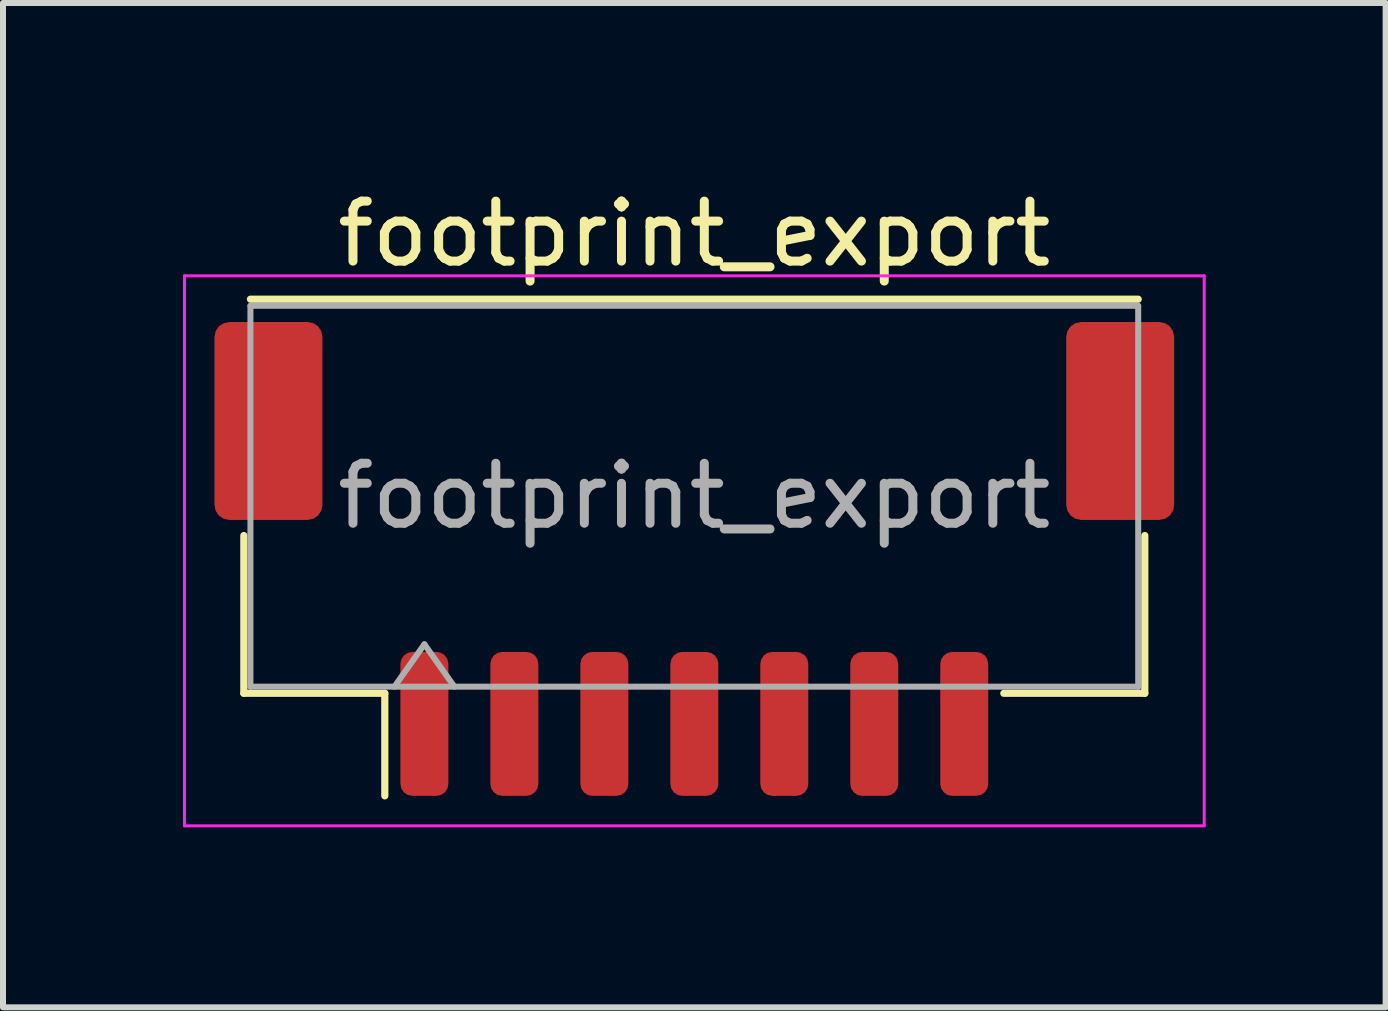
<source format=kicad_pcb>
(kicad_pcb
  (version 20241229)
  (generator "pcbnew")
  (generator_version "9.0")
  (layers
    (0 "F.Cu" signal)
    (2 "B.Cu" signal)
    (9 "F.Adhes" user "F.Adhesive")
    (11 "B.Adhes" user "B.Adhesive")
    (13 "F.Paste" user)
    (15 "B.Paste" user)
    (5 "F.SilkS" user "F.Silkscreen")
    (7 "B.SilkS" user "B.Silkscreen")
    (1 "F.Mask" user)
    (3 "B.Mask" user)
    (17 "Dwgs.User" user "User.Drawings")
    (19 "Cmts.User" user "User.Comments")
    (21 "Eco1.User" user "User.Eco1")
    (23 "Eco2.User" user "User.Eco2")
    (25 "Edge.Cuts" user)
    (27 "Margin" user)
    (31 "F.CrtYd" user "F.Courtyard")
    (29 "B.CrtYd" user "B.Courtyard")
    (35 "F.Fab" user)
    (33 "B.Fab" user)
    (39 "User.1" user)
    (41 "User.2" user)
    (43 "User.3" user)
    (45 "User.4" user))
  (footprint "footprint_export"
    (layer "F.Cu")
    (at 8.525 6.268)
    (property "Reference" "footprint_export" (at 0 -5.42 0) (layer "F.SilkS") (effects (font (size 1 1) (thickness 0.15))))
    (attr smd)
    (fp_line (start -7.51 -0.39) (end -7.51 2.24) (stroke (width 0.12) (type solid)) (layer "F.SilkS"))
    (fp_line (start -7.51 2.24) (end -5.16 2.24) (stroke (width 0.12) (type solid)) (layer "F.SilkS"))
    (fp_line (start -7.4 -4.33) (end 7.4 -4.33) (stroke (width 0.12) (type solid)) (layer "F.SilkS"))
    (fp_line (start -5.16 2.24) (end -5.16 3.95) (stroke (width 0.12) (type solid)) (layer "F.SilkS"))
    (fp_line (start 7.51 -0.39) (end 7.51 2.24) (stroke (width 0.12) (type solid)) (layer "F.SilkS"))
    (fp_line (start 7.51 2.24) (end 5.16 2.24) (stroke (width 0.12) (type solid)) (layer "F.SilkS"))
    (fp_line (start -8.5 -4.72) (end -8.5 4.45) (stroke (width 0.05) (type solid)) (layer "F.CrtYd"))
    (fp_line (start -8.5 4.45) (end 8.5 4.45) (stroke (width 0.05) (type solid)) (layer "F.CrtYd"))
    (fp_line (start 8.5 -4.72) (end -8.5 -4.72) (stroke (width 0.05) (type solid)) (layer "F.CrtYd"))
    (fp_line (start 8.5 4.45) (end 8.5 -4.72) (stroke (width 0.05) (type solid)) (layer "F.CrtYd"))
    (fp_line (start -7.4 -4.22) (end 7.4 -4.22) (stroke (width 0.1) (type solid)) (layer "F.Fab"))
    (fp_line (start -7.4 2.13) (end -7.4 -4.22) (stroke (width 0.1) (type solid)) (layer "F.Fab"))
    (fp_line (start -7.4 2.13) (end 7.4 2.13) (stroke (width 0.1) (type solid)) (layer "F.Fab"))
    (fp_line (start -5 2.13) (end -4.5 1.423) (stroke (width 0.1) (type solid)) (layer "F.Fab"))
    (fp_line (start -4.5 1.423) (end -4 2.13) (stroke (width 0.1) (type solid)) (layer "F.Fab"))
    (fp_line (start 7.4 2.13) (end 7.4 -4.22) (stroke (width 0.1) (type solid)) (layer "F.Fab"))
    (fp_text user "${REFERENCE}" (at 0 -1.05 0) (layer "F.Fab") (effects (font (size 1 1) (thickness 0.15))))
    (pad "1" smd roundrect (at -4.5 2.75) (size 0.8 2.4) (layers "F.Cu" "F.Mask" "F.Paste") (roundrect_rratio 0.25))
    (pad "2" smd roundrect (at -3 2.75) (size 0.8 2.4) (layers "F.Cu" "F.Mask" "F.Paste") (roundrect_rratio 0.25))
    (pad "3" smd roundrect (at -1.5 2.75) (size 0.8 2.4) (layers "F.Cu" "F.Mask" "F.Paste") (roundrect_rratio 0.25))
    (pad "4" smd roundrect (at 0 2.75) (size 0.8 2.4) (layers "F.Cu" "F.Mask" "F.Paste") (roundrect_rratio 0.25))
    (pad "5" smd roundrect (at 1.5 2.75) (size 0.8 2.4) (layers "F.Cu" "F.Mask" "F.Paste") (roundrect_rratio 0.25))
    (pad "6" smd roundrect (at 3 2.75) (size 0.8 2.4) (layers "F.Cu" "F.Mask" "F.Paste") (roundrect_rratio 0.25))
    (pad "7" smd roundrect (at 4.5 2.75) (size 0.8 2.4) (layers "F.Cu" "F.Mask" "F.Paste") (roundrect_rratio 0.25))
    (pad "MP" smd roundrect (at -7.1 -2.3) (size 1.8 3.3) (layers "F.Cu" "F.Mask" "F.Paste") (roundrect_rratio 0.139))
    (pad "MP" smd roundrect (at 7.1 -2.3) (size 1.8 3.3) (layers "F.Cu" "F.Mask" "F.Paste") (roundrect_rratio 0.139)))
  (gr_rect
    (start -3 -3)
    (end 20.05 13.743)
    (stroke (width 0.1) (type default))
    (fill no)
    (layer "Edge.Cuts")))
</source>
